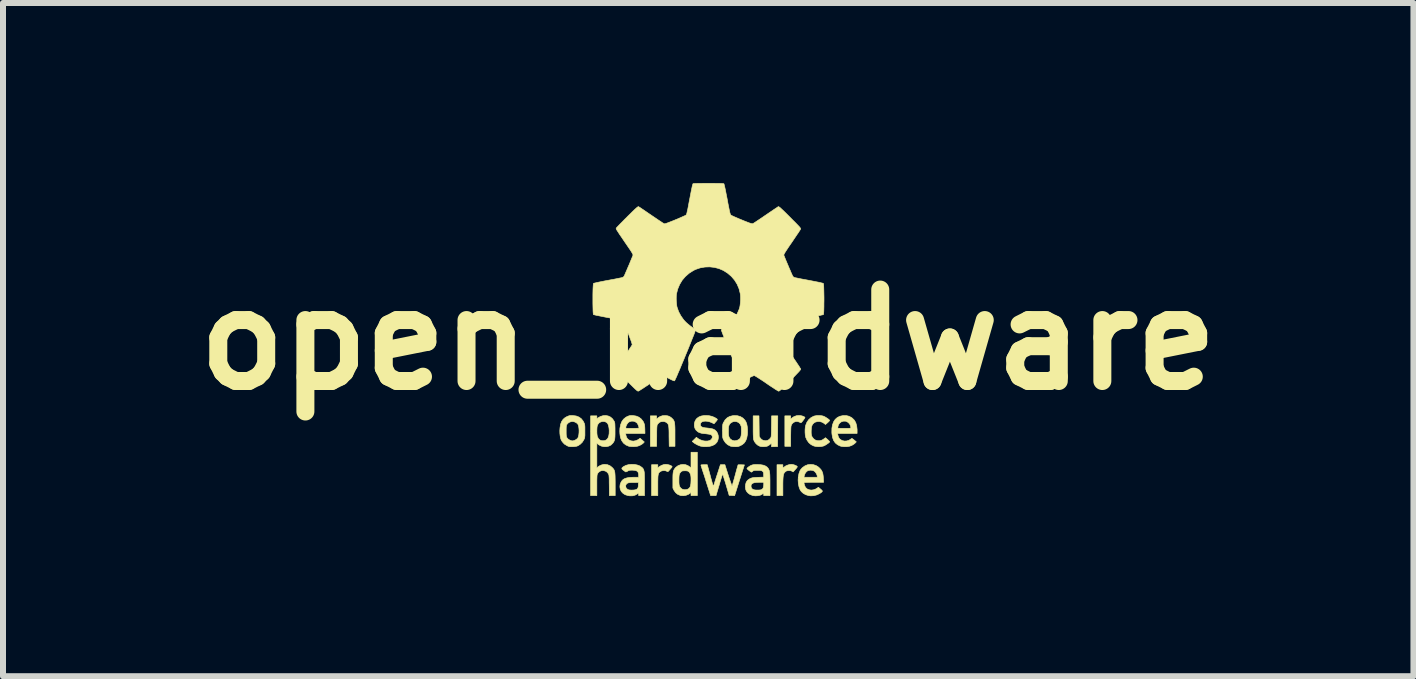
<source format=kicad_pcb>
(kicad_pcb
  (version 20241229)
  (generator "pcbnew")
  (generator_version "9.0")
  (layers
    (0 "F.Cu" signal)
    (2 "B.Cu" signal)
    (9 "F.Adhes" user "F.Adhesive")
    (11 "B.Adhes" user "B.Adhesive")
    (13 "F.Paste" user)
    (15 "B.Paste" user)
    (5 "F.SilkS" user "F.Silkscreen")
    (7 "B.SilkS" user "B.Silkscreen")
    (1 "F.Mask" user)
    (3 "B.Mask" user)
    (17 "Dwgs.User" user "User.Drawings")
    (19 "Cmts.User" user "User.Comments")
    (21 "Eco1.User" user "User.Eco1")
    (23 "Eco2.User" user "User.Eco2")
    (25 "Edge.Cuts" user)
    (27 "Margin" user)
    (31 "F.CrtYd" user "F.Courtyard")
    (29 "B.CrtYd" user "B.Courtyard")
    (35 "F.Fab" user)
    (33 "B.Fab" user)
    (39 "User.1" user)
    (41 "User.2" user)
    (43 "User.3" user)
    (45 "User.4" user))
  (footprint "open_hardware"
    (layer "F.Cu")
    (at 8.752 2.61)
    (property "Reference" "open_hardware" (at 0 0 0) (layer "F.SilkS") (effects (font (size 1.524 1.524) (thickness 0.3))))
    (attr through_hole)
    (fp_poly (pts (xy 1.541 1.266) (xy 1.57 1.273) (xy 1.594 1.282) (xy 1.61 1.293) (xy 1.612 1.296) (xy 1.61 1.303) (xy 1.602 1.317) (xy 1.589 1.335) (xy 1.575 1.354) (xy 1.562 1.37) (xy 1.55 1.382) (xy 1.544 1.385) (xy 1.544 1.385) (xy 1.536 1.382) (xy 1.521 1.375) (xy 1.515 1.372) (xy 1.482 1.363) (xy 1.45 1.367) (xy 1.421 1.38) (xy 1.397 1.403) (xy 1.382 1.434) (xy 1.381 1.436) (xy 1.379 1.452) (xy 1.377 1.478) (xy 1.376 1.514) (xy 1.375 1.559) (xy 1.374 1.61) (xy 1.374 1.62) (xy 1.374 1.778) (xy 1.277 1.778) (xy 1.277 1.27) (xy 1.374 1.27) (xy 1.374 1.323) (xy 1.395 1.305) (xy 1.432 1.281) (xy 1.473 1.267) (xy 1.511 1.264) (xy 1.541 1.266)) (stroke (width 0.01) (type solid)) (fill yes) (layer "F.SilkS"))
    (fp_poly (pts (xy -0.679 2.081) (xy -0.649 2.088) (xy -0.622 2.099) (xy -0.61 2.107) (xy -0.605 2.111) (xy -0.602 2.115) (xy -0.604 2.122) (xy -0.611 2.132) (xy -0.623 2.147) (xy -0.643 2.17) (xy -0.653 2.181) (xy -0.665 2.195) (xy -0.674 2.199) (xy -0.682 2.197) (xy -0.69 2.193) (xy -0.717 2.183) (xy -0.748 2.182) (xy -0.778 2.188) (xy -0.795 2.197) (xy -0.808 2.206) (xy -0.818 2.215) (xy -0.826 2.226) (xy -0.831 2.241) (xy -0.835 2.261) (xy -0.838 2.287) (xy -0.839 2.322) (xy -0.84 2.366) (xy -0.84 2.422) (xy -0.84 2.428) (xy -0.84 2.599) (xy -0.944 2.599) (xy -0.944 2.084) (xy -0.84 2.084) (xy -0.84 2.137) (xy -0.816 2.117) (xy -0.779 2.095) (xy -0.738 2.081) (xy -0.707 2.078) (xy -0.679 2.081)) (stroke (width 0.01) (type solid)) (fill yes) (layer "F.SilkS"))
    (fp_poly (pts (xy 1.407 2.08) (xy 1.43 2.086) (xy 1.453 2.095) (xy 1.472 2.104) (xy 1.483 2.114) (xy 1.485 2.118) (xy 1.481 2.127) (xy 1.47 2.142) (xy 1.454 2.16) (xy 1.45 2.165) (xy 1.415 2.204) (xy 1.398 2.193) (xy 1.377 2.185) (xy 1.35 2.182) (xy 1.323 2.184) (xy 1.3 2.19) (xy 1.296 2.193) (xy 1.282 2.204) (xy 1.27 2.216) (xy 1.261 2.231) (xy 1.255 2.25) (xy 1.25 2.275) (xy 1.247 2.306) (xy 1.245 2.347) (xy 1.244 2.398) (xy 1.244 2.446) (xy 1.244 2.599) (xy 1.146 2.599) (xy 1.146 2.084) (xy 1.244 2.084) (xy 1.244 2.11) (xy 1.245 2.129) (xy 1.25 2.135) (xy 1.26 2.13) (xy 1.27 2.12) (xy 1.29 2.105) (xy 1.319 2.092) (xy 1.351 2.082) (xy 1.382 2.078) (xy 1.386 2.078) (xy 1.407 2.08)) (stroke (width 0.01) (type solid)) (fill yes) (layer "F.SilkS"))
    (fp_poly (pts (xy 0.848 1.441) (xy 0.85 1.613) (xy 0.867 1.639) (xy 0.889 1.664) (xy 0.915 1.677) (xy 0.951 1.685) (xy 0.985 1.681) (xy 1.015 1.664) (xy 1.038 1.639) (xy 1.042 1.633) (xy 1.046 1.626) (xy 1.048 1.616) (xy 1.05 1.601) (xy 1.051 1.581) (xy 1.052 1.554) (xy 1.053 1.517) (xy 1.053 1.47) (xy 1.054 1.445) (xy 1.056 1.27) (xy 1.159 1.27) (xy 1.156 1.781) (xy 1.106 1.783) (xy 1.055 1.785) (xy 1.055 1.725) (xy 1.029 1.747) (xy 1.008 1.762) (xy 0.986 1.774) (xy 0.978 1.777) (xy 0.95 1.782) (xy 0.917 1.784) (xy 0.885 1.782) (xy 0.864 1.778) (xy 0.829 1.761) (xy 0.797 1.734) (xy 0.771 1.7) (xy 0.757 1.668) (xy 0.754 1.653) (xy 0.752 1.626) (xy 0.75 1.587) (xy 0.749 1.535) (xy 0.749 1.47) (xy 0.749 1.458) (xy 0.749 1.27) (xy 0.846 1.27) (xy 0.848 1.441)) (stroke (width 0.01) (type solid)) (fill yes) (layer "F.SilkS"))
    (fp_poly (pts (xy -0.711 1.265) (xy -0.673 1.27) (xy -0.642 1.282) (xy -0.613 1.302) (xy -0.6 1.315) (xy -0.587 1.328) (xy -0.577 1.341) (xy -0.57 1.356) (xy -0.564 1.373) (xy -0.56 1.395) (xy -0.557 1.424) (xy -0.555 1.46) (xy -0.554 1.505) (xy -0.554 1.561) (xy -0.554 1.59) (xy -0.554 1.778) (xy -0.65 1.778) (xy -0.653 1.607) (xy -0.653 1.551) (xy -0.654 1.507) (xy -0.656 1.472) (xy -0.659 1.445) (xy -0.662 1.426) (xy -0.668 1.411) (xy -0.675 1.4) (xy -0.684 1.39) (xy -0.696 1.381) (xy -0.698 1.38) (xy -0.717 1.37) (xy -0.738 1.365) (xy -0.757 1.365) (xy -0.789 1.368) (xy -0.814 1.379) (xy -0.836 1.401) (xy -0.843 1.409) (xy -0.847 1.415) (xy -0.85 1.422) (xy -0.853 1.432) (xy -0.854 1.447) (xy -0.856 1.467) (xy -0.857 1.494) (xy -0.858 1.531) (xy -0.858 1.579) (xy -0.858 1.603) (xy -0.86 1.778) (xy -0.964 1.778) (xy -0.964 1.27) (xy -0.86 1.27) (xy -0.86 1.323) (xy -0.838 1.304) (xy -0.801 1.28) (xy -0.76 1.267) (xy -0.713 1.265) (xy -0.711 1.265)) (stroke (width 0.01) (type solid)) (fill yes) (layer "F.SilkS"))
    (fp_poly (pts (xy 1.898 1.269) (xy 1.923 1.276) (xy 1.944 1.286) (xy 1.967 1.3) (xy 1.99 1.315) (xy 2.009 1.329) (xy 2.021 1.341) (xy 2.023 1.345) (xy 2.02 1.352) (xy 2.009 1.365) (xy 1.992 1.381) (xy 1.99 1.383) (xy 1.954 1.414) (xy 1.929 1.394) (xy 1.896 1.375) (xy 1.859 1.365) (xy 1.821 1.365) (xy 1.785 1.374) (xy 1.762 1.388) (xy 1.742 1.408) (xy 1.729 1.431) (xy 1.72 1.462) (xy 1.717 1.501) (xy 1.716 1.524) (xy 1.716 1.556) (xy 1.718 1.579) (xy 1.721 1.595) (xy 1.726 1.609) (xy 1.732 1.621) (xy 1.757 1.653) (xy 1.787 1.674) (xy 1.823 1.684) (xy 1.86 1.684) (xy 1.898 1.673) (xy 1.929 1.653) (xy 1.954 1.634) (xy 1.99 1.665) (xy 2.007 1.681) (xy 2.019 1.694) (xy 2.024 1.702) (xy 2.023 1.703) (xy 2.016 1.713) (xy 2 1.726) (xy 1.978 1.741) (xy 1.955 1.756) (xy 1.932 1.768) (xy 1.923 1.772) (xy 1.883 1.781) (xy 1.838 1.784) (xy 1.793 1.78) (xy 1.76 1.772) (xy 1.715 1.75) (xy 1.677 1.718) (xy 1.647 1.676) (xy 1.625 1.628) (xy 1.624 1.622) (xy 1.617 1.587) (xy 1.614 1.545) (xy 1.614 1.5) (xy 1.618 1.457) (xy 1.625 1.425) (xy 1.645 1.376) (xy 1.674 1.334) (xy 1.711 1.301) (xy 1.753 1.278) (xy 1.766 1.273) (xy 1.809 1.265) (xy 1.855 1.264) (xy 1.898 1.269)) (stroke (width 0.01) (type solid)) (fill yes) (layer "F.SilkS"))
    (fp_poly (pts (xy -0.182 2.599) (xy -0.287 2.599) (xy -0.287 2.544) (xy -0.301 2.558) (xy -0.332 2.579) (xy -0.371 2.594) (xy -0.412 2.601) (xy -0.452 2.599) (xy -0.465 2.596) (xy -0.508 2.578) (xy -0.542 2.551) (xy -0.569 2.513) (xy -0.57 2.511) (xy -0.589 2.473) (xy -0.589 2.348) (xy -0.589 2.345) (xy -0.488 2.345) (xy -0.488 2.381) (xy -0.486 2.407) (xy -0.483 2.427) (xy -0.477 2.443) (xy -0.476 2.447) (xy -0.457 2.475) (xy -0.43 2.493) (xy -0.395 2.501) (xy -0.388 2.501) (xy -0.353 2.496) (xy -0.333 2.488) (xy -0.315 2.473) (xy -0.302 2.455) (xy -0.294 2.429) (xy -0.289 2.395) (xy -0.287 2.351) (xy -0.287 2.341) (xy -0.287 2.304) (xy -0.289 2.277) (xy -0.292 2.258) (xy -0.297 2.242) (xy -0.299 2.237) (xy -0.312 2.212) (xy -0.327 2.197) (xy -0.347 2.188) (xy -0.375 2.185) (xy -0.388 2.185) (xy -0.413 2.186) (xy -0.43 2.188) (xy -0.442 2.193) (xy -0.453 2.202) (xy -0.456 2.204) (xy -0.468 2.219) (xy -0.478 2.236) (xy -0.484 2.258) (xy -0.487 2.287) (xy -0.488 2.326) (xy -0.488 2.345) (xy -0.589 2.345) (xy -0.589 2.295) (xy -0.588 2.253) (xy -0.585 2.22) (xy -0.58 2.194) (xy -0.573 2.173) (xy -0.563 2.156) (xy -0.55 2.139) (xy -0.54 2.128) (xy -0.504 2.101) (xy -0.463 2.085) (xy -0.42 2.079) (xy -0.376 2.084) (xy -0.335 2.101) (xy -0.301 2.125) (xy -0.287 2.138) (xy -0.287 1.876) (xy -0.182 1.876) (xy -0.182 2.599)) (stroke (width 0.01) (type solid)) (fill yes) (layer "F.SilkS"))
    (fp_poly (pts (xy 1.751 2.083) (xy 1.797 2.098) (xy 1.838 2.124) (xy 1.862 2.147) (xy 1.884 2.173) (xy 1.899 2.201) (xy 1.91 2.233) (xy 1.916 2.272) (xy 1.919 2.31) (xy 1.923 2.377) (xy 1.759 2.377) (xy 1.707 2.377) (xy 1.666 2.378) (xy 1.635 2.379) (xy 1.614 2.38) (xy 1.602 2.382) (xy 1.596 2.384) (xy 1.596 2.385) (xy 1.599 2.405) (xy 1.606 2.429) (xy 1.616 2.452) (xy 1.623 2.464) (xy 1.647 2.487) (xy 1.678 2.501) (xy 1.714 2.507) (xy 1.752 2.503) (xy 1.789 2.49) (xy 1.812 2.477) (xy 1.836 2.46) (xy 1.873 2.491) (xy 1.891 2.507) (xy 1.901 2.519) (xy 1.901 2.529) (xy 1.892 2.54) (xy 1.873 2.554) (xy 1.859 2.563) (xy 1.813 2.586) (xy 1.761 2.6) (xy 1.707 2.603) (xy 1.671 2.598) (xy 1.625 2.584) (xy 1.584 2.561) (xy 1.551 2.531) (xy 1.531 2.501) (xy 1.513 2.454) (xy 1.502 2.4) (xy 1.498 2.342) (xy 1.501 2.293) (xy 1.596 2.293) (xy 1.817 2.293) (xy 1.817 2.278) (xy 1.813 2.256) (xy 1.801 2.231) (xy 1.785 2.208) (xy 1.767 2.191) (xy 1.766 2.19) (xy 1.738 2.179) (xy 1.705 2.175) (xy 1.673 2.18) (xy 1.654 2.187) (xy 1.633 2.205) (xy 1.614 2.231) (xy 1.602 2.262) (xy 1.6 2.271) (xy 1.596 2.293) (xy 1.501 2.293) (xy 1.502 2.284) (xy 1.512 2.23) (xy 1.53 2.183) (xy 1.53 2.182) (xy 1.542 2.164) (xy 1.559 2.144) (xy 1.571 2.132) (xy 1.612 2.103) (xy 1.656 2.085) (xy 1.704 2.079) (xy 1.751 2.083)) (stroke (width 0.01) (type solid)) (fill yes) (layer "F.SilkS"))
    (fp_poly (pts (xy 0.488 1.268) (xy 0.536 1.282) (xy 0.577 1.306) (xy 0.611 1.341) (xy 0.627 1.366) (xy 0.641 1.401) (xy 0.65 1.445) (xy 0.655 1.496) (xy 0.655 1.55) (xy 0.652 1.586) (xy 0.642 1.641) (xy 0.625 1.685) (xy 0.601 1.721) (xy 0.568 1.749) (xy 0.537 1.766) (xy 0.514 1.776) (xy 0.493 1.782) (xy 0.47 1.784) (xy 0.446 1.784) (xy 0.417 1.783) (xy 0.39 1.779) (xy 0.371 1.775) (xy 0.369 1.774) (xy 0.324 1.751) (xy 0.287 1.718) (xy 0.258 1.674) (xy 0.252 1.663) (xy 0.247 1.65) (xy 0.243 1.637) (xy 0.24 1.621) (xy 0.239 1.6) (xy 0.238 1.572) (xy 0.238 1.534) (xy 0.238 1.524) (xy 0.238 1.521) (xy 0.336 1.521) (xy 0.337 1.564) (xy 0.34 1.597) (xy 0.347 1.622) (xy 0.358 1.642) (xy 0.37 1.657) (xy 0.4 1.677) (xy 0.434 1.686) (xy 0.47 1.682) (xy 0.495 1.672) (xy 0.517 1.659) (xy 0.532 1.643) (xy 0.542 1.623) (xy 0.549 1.595) (xy 0.552 1.557) (xy 0.553 1.54) (xy 0.553 1.507) (xy 0.552 1.476) (xy 0.55 1.451) (xy 0.548 1.441) (xy 0.533 1.409) (xy 0.51 1.384) (xy 0.48 1.369) (xy 0.447 1.363) (xy 0.413 1.368) (xy 0.383 1.383) (xy 0.364 1.399) (xy 0.35 1.419) (xy 0.341 1.445) (xy 0.337 1.479) (xy 0.336 1.521) (xy 0.238 1.521) (xy 0.238 1.484) (xy 0.238 1.454) (xy 0.24 1.432) (xy 0.242 1.416) (xy 0.245 1.403) (xy 0.251 1.39) (xy 0.255 1.381) (xy 0.282 1.336) (xy 0.317 1.302) (xy 0.359 1.279) (xy 0.409 1.267) (xy 0.433 1.265) (xy 0.488 1.268)) (stroke (width 0.01) (type solid)) (fill yes) (layer "F.SilkS"))
    (fp_poly (pts (xy 2.304 1.266) (xy 2.348 1.277) (xy 2.387 1.298) (xy 2.402 1.309) (xy 2.435 1.342) (xy 2.459 1.384) (xy 2.474 1.436) (xy 2.481 1.496) (xy 2.481 1.519) (xy 2.481 1.563) (xy 2.157 1.563) (xy 2.16 1.587) (xy 2.17 1.623) (xy 2.189 1.652) (xy 2.201 1.663) (xy 2.233 1.682) (xy 2.27 1.69) (xy 2.308 1.688) (xy 2.345 1.677) (xy 2.378 1.656) (xy 2.381 1.654) (xy 2.388 1.648) (xy 2.395 1.646) (xy 2.404 1.651) (xy 2.418 1.662) (xy 2.431 1.672) (xy 2.468 1.703) (xy 2.447 1.725) (xy 2.429 1.74) (xy 2.405 1.755) (xy 2.391 1.763) (xy 2.355 1.776) (xy 2.313 1.783) (xy 2.268 1.784) (xy 2.226 1.78) (xy 2.197 1.772) (xy 2.153 1.75) (xy 2.117 1.72) (xy 2.09 1.68) (xy 2.072 1.632) (xy 2.062 1.573) (xy 2.06 1.547) (xy 2.061 1.479) (xy 2.062 1.471) (xy 2.158 1.471) (xy 2.161 1.474) (xy 2.169 1.476) (xy 2.184 1.477) (xy 2.207 1.478) (xy 2.24 1.478) (xy 2.266 1.478) (xy 2.307 1.478) (xy 2.336 1.478) (xy 2.356 1.477) (xy 2.368 1.475) (xy 2.375 1.473) (xy 2.377 1.469) (xy 2.377 1.467) (xy 2.371 1.433) (xy 2.355 1.403) (xy 2.33 1.378) (xy 2.3 1.362) (xy 2.284 1.358) (xy 2.249 1.359) (xy 2.217 1.37) (xy 2.19 1.391) (xy 2.171 1.418) (xy 2.165 1.436) (xy 2.161 1.454) (xy 2.158 1.467) (xy 2.158 1.471) (xy 2.062 1.471) (xy 2.071 1.42) (xy 2.089 1.37) (xy 2.116 1.329) (xy 2.151 1.298) (xy 2.193 1.277) (xy 2.243 1.266) (xy 2.254 1.265) (xy 2.304 1.266)) (stroke (width 0.01) (type solid)) (fill yes) (layer "F.SilkS"))
    (fp_poly (pts (xy -1.26 1.265) (xy -1.254 1.265) (xy -1.201 1.273) (xy -1.155 1.292) (xy -1.117 1.321) (xy -1.086 1.36) (xy -1.075 1.381) (xy -1.068 1.399) (xy -1.062 1.417) (xy -1.059 1.438) (xy -1.057 1.465) (xy -1.056 1.49) (xy -1.054 1.563) (xy -1.376 1.563) (xy -1.372 1.59) (xy -1.362 1.626) (xy -1.344 1.653) (xy -1.324 1.67) (xy -1.287 1.686) (xy -1.248 1.691) (xy -1.208 1.684) (xy -1.169 1.667) (xy -1.16 1.661) (xy -1.135 1.643) (xy -1.1 1.674) (xy -1.065 1.705) (xy -1.083 1.725) (xy -1.099 1.738) (xy -1.122 1.752) (xy -1.142 1.763) (xy -1.166 1.772) (xy -1.188 1.778) (xy -1.214 1.781) (xy -1.241 1.783) (xy -1.279 1.782) (xy -1.311 1.779) (xy -1.327 1.775) (xy -1.374 1.754) (xy -1.413 1.723) (xy -1.442 1.682) (xy -1.46 1.638) (xy -1.467 1.606) (xy -1.472 1.566) (xy -1.474 1.524) (xy -1.472 1.485) (xy -1.472 1.477) (xy -1.469 1.464) (xy -1.374 1.464) (xy -1.374 1.469) (xy -1.372 1.473) (xy -1.366 1.476) (xy -1.355 1.477) (xy -1.336 1.478) (xy -1.308 1.478) (xy -1.269 1.478) (xy -1.263 1.478) (xy -1.227 1.478) (xy -1.196 1.477) (xy -1.172 1.476) (xy -1.157 1.474) (xy -1.153 1.473) (xy -1.156 1.456) (xy -1.163 1.433) (xy -1.173 1.411) (xy -1.183 1.394) (xy -1.187 1.389) (xy -1.217 1.368) (xy -1.25 1.358) (xy -1.284 1.359) (xy -1.315 1.37) (xy -1.33 1.379) (xy -1.347 1.399) (xy -1.362 1.424) (xy -1.372 1.45) (xy -1.374 1.464) (xy -1.469 1.464) (xy -1.46 1.417) (xy -1.44 1.366) (xy -1.412 1.326) (xy -1.375 1.295) (xy -1.348 1.28) (xy -1.325 1.271) (xy -1.307 1.266) (xy -1.287 1.264) (xy -1.26 1.265)) (stroke (width 0.01) (type solid)) (fill yes) (layer "F.SilkS"))
    (fp_poly (pts (xy 0.013 1.267) (xy 0.061 1.278) (xy 0.104 1.295) (xy 0.139 1.316) (xy 0.145 1.32) (xy 0.15 1.327) (xy 0.152 1.333) (xy 0.147 1.342) (xy 0.136 1.357) (xy 0.118 1.377) (xy 0.097 1.402) (xy 0.063 1.385) (xy 0.026 1.37) (xy -0.011 1.361) (xy -0.046 1.358) (xy -0.078 1.361) (xy -0.104 1.37) (xy -0.121 1.384) (xy -0.127 1.396) (xy -0.131 1.42) (xy -0.126 1.438) (xy -0.112 1.452) (xy -0.089 1.462) (xy -0.054 1.469) (xy -0.022 1.472) (xy 0.011 1.476) (xy 0.042 1.481) (xy 0.068 1.486) (xy 0.079 1.489) (xy 0.113 1.506) (xy 0.139 1.532) (xy 0.157 1.564) (xy 0.167 1.599) (xy 0.169 1.637) (xy 0.162 1.674) (xy 0.146 1.708) (xy 0.121 1.736) (xy 0.105 1.748) (xy 0.066 1.767) (xy 0.019 1.779) (xy -0.032 1.784) (xy -0.083 1.783) (xy -0.131 1.774) (xy -0.137 1.772) (xy -0.181 1.754) (xy -0.224 1.73) (xy -0.249 1.711) (xy -0.267 1.696) (xy -0.231 1.661) (xy -0.196 1.626) (xy -0.181 1.64) (xy -0.167 1.65) (xy -0.146 1.662) (xy -0.127 1.671) (xy -0.091 1.684) (xy -0.052 1.69) (xy -0.014 1.69) (xy 0.019 1.683) (xy 0.033 1.677) (xy 0.054 1.659) (xy 0.066 1.638) (xy 0.069 1.616) (xy 0.061 1.596) (xy 0.049 1.585) (xy 0.037 1.581) (xy 0.015 1.576) (xy -0.014 1.572) (xy -0.036 1.569) (xy -0.079 1.565) (xy -0.111 1.56) (xy -0.135 1.553) (xy -0.156 1.545) (xy -0.174 1.534) (xy -0.176 1.533) (xy -0.204 1.507) (xy -0.223 1.474) (xy -0.232 1.437) (xy -0.231 1.399) (xy -0.221 1.361) (xy -0.202 1.327) (xy -0.186 1.31) (xy -0.155 1.288) (xy -0.118 1.273) (xy -0.072 1.265) (xy -0.036 1.264) (xy 0.013 1.267)) (stroke (width 0.01) (type solid)) (fill yes) (layer "F.SilkS"))
    (fp_poly (pts (xy -1.227 2.08) (xy -1.181 2.089) (xy -1.139 2.105) (xy -1.106 2.128) (xy -1.099 2.134) (xy -1.089 2.145) (xy -1.081 2.157) (xy -1.075 2.171) (xy -1.07 2.188) (xy -1.066 2.21) (xy -1.064 2.239) (xy -1.063 2.275) (xy -1.062 2.321) (xy -1.062 2.378) (xy -1.062 2.404) (xy -1.062 2.599) (xy -1.159 2.599) (xy -1.159 2.552) (xy -1.184 2.572) (xy -1.218 2.591) (xy -1.259 2.602) (xy -1.306 2.603) (xy -1.339 2.598) (xy -1.384 2.584) (xy -1.42 2.561) (xy -1.448 2.531) (xy -1.465 2.495) (xy -1.472 2.455) (xy -1.47 2.43) (xy -1.375 2.43) (xy -1.375 2.453) (xy -1.366 2.474) (xy -1.348 2.492) (xy -1.325 2.503) (xy -1.304 2.506) (xy -1.276 2.507) (xy -1.246 2.506) (xy -1.22 2.503) (xy -1.202 2.498) (xy -1.184 2.488) (xy -1.172 2.472) (xy -1.166 2.45) (xy -1.164 2.421) (xy -1.163 2.38) (xy -1.244 2.381) (xy -1.282 2.381) (xy -1.309 2.383) (xy -1.328 2.386) (xy -1.342 2.39) (xy -1.346 2.392) (xy -1.365 2.408) (xy -1.375 2.43) (xy -1.47 2.43) (xy -1.468 2.414) (xy -1.454 2.377) (xy -1.437 2.35) (xy -1.416 2.329) (xy -1.388 2.314) (xy -1.353 2.303) (xy -1.309 2.296) (xy -1.254 2.293) (xy -1.226 2.293) (xy -1.159 2.293) (xy -1.159 2.264) (xy -1.162 2.231) (xy -1.171 2.206) (xy -1.188 2.19) (xy -1.214 2.18) (xy -1.251 2.176) (xy -1.268 2.175) (xy -1.296 2.176) (xy -1.316 2.178) (xy -1.33 2.183) (xy -1.344 2.192) (xy -1.362 2.201) (xy -1.374 2.204) (xy -1.377 2.203) (xy -1.386 2.197) (xy -1.402 2.185) (xy -1.415 2.176) (xy -1.433 2.161) (xy -1.44 2.148) (xy -1.436 2.136) (xy -1.42 2.122) (xy -1.407 2.113) (xy -1.369 2.094) (xy -1.324 2.082) (xy -1.276 2.078) (xy -1.227 2.08)) (stroke (width 0.01) (type solid)) (fill yes) (layer "F.SilkS"))
    (fp_poly (pts (xy -2.265 1.264) (xy -2.254 1.265) (xy -2.2 1.272) (xy -2.154 1.29) (xy -2.116 1.317) (xy -2.085 1.356) (xy -2.072 1.381) (xy -2.065 1.395) (xy -2.061 1.408) (xy -2.058 1.422) (xy -2.056 1.44) (xy -2.055 1.465) (xy -2.055 1.498) (xy -2.055 1.524) (xy -2.055 1.564) (xy -2.055 1.594) (xy -2.057 1.616) (xy -2.059 1.632) (xy -2.062 1.645) (xy -2.068 1.658) (xy -2.072 1.667) (xy -2.098 1.709) (xy -2.134 1.744) (xy -2.169 1.767) (xy -2.189 1.775) (xy -2.214 1.78) (xy -2.245 1.783) (xy -2.257 1.783) (xy -2.286 1.784) (xy -2.307 1.783) (xy -2.325 1.779) (xy -2.343 1.772) (xy -2.354 1.766) (xy -2.398 1.739) (xy -2.432 1.701) (xy -2.449 1.674) (xy -2.459 1.645) (xy -2.467 1.607) (xy -2.472 1.563) (xy -2.473 1.524) (xy -2.367 1.524) (xy -2.367 1.561) (xy -2.366 1.587) (xy -2.364 1.606) (xy -2.361 1.62) (xy -2.356 1.631) (xy -2.354 1.635) (xy -2.337 1.655) (xy -2.311 1.672) (xy -2.283 1.684) (xy -2.263 1.687) (xy -2.245 1.684) (xy -2.223 1.676) (xy -2.214 1.672) (xy -2.195 1.66) (xy -2.178 1.646) (xy -2.174 1.641) (xy -2.164 1.619) (xy -2.157 1.588) (xy -2.153 1.551) (xy -2.152 1.512) (xy -2.155 1.474) (xy -2.16 1.44) (xy -2.169 1.415) (xy -2.174 1.407) (xy -2.195 1.387) (xy -2.224 1.372) (xy -2.254 1.364) (xy -2.275 1.364) (xy -2.311 1.375) (xy -2.339 1.394) (xy -2.356 1.415) (xy -2.361 1.426) (xy -2.364 1.44) (xy -2.366 1.46) (xy -2.367 1.488) (xy -2.367 1.524) (xy -2.473 1.524) (xy -2.473 1.516) (xy -2.47 1.47) (xy -2.469 1.462) (xy -2.459 1.407) (xy -2.442 1.363) (xy -2.418 1.328) (xy -2.386 1.3) (xy -2.352 1.281) (xy -2.329 1.272) (xy -2.311 1.266) (xy -2.291 1.264) (xy -2.265 1.264)) (stroke (width 0.01) (type solid)) (fill yes) (layer "F.SilkS"))
    (fp_poly (pts (xy 0.033 2.263) (xy 0.045 2.309) (xy 0.057 2.351) (xy 0.067 2.387) (xy 0.076 2.415) (xy 0.082 2.434) (xy 0.085 2.442) (xy 0.085 2.442) (xy 0.09 2.437) (xy 0.094 2.424) (xy 0.097 2.413) (xy 0.104 2.392) (xy 0.113 2.362) (xy 0.125 2.325) (xy 0.138 2.283) (xy 0.151 2.245) (xy 0.203 2.084) (xy 0.278 2.084) (xy 0.335 2.263) (xy 0.35 2.309) (xy 0.364 2.35) (xy 0.376 2.384) (xy 0.386 2.412) (xy 0.393 2.43) (xy 0.397 2.437) (xy 0.398 2.438) (xy 0.4 2.43) (xy 0.406 2.412) (xy 0.414 2.384) (xy 0.424 2.349) (xy 0.436 2.308) (xy 0.448 2.263) (xy 0.449 2.26) (xy 0.461 2.215) (xy 0.472 2.174) (xy 0.482 2.139) (xy 0.49 2.112) (xy 0.495 2.093) (xy 0.498 2.086) (xy 0.498 2.086) (xy 0.505 2.085) (xy 0.522 2.085) (xy 0.545 2.085) (xy 0.551 2.085) (xy 0.603 2.087) (xy 0.521 2.343) (xy 0.44 2.599) (xy 0.394 2.597) (xy 0.349 2.595) (xy 0.297 2.418) (xy 0.283 2.372) (xy 0.27 2.331) (xy 0.259 2.296) (xy 0.251 2.268) (xy 0.244 2.249) (xy 0.241 2.241) (xy 0.241 2.24) (xy 0.238 2.246) (xy 0.232 2.263) (xy 0.223 2.289) (xy 0.213 2.321) (xy 0.201 2.359) (xy 0.196 2.376) (xy 0.184 2.419) (xy 0.171 2.46) (xy 0.16 2.498) (xy 0.15 2.53) (xy 0.144 2.551) (xy 0.143 2.555) (xy 0.13 2.599) (xy 0.04 2.599) (xy 0.033 2.577) (xy 0.027 2.557) (xy 0.018 2.528) (xy 0.006 2.492) (xy -0.007 2.45) (xy -0.022 2.404) (xy -0.037 2.357) (xy -0.052 2.308) (xy -0.067 2.261) (xy -0.082 2.217) (xy -0.095 2.177) (xy -0.106 2.143) (xy -0.114 2.116) (xy -0.12 2.099) (xy -0.121 2.094) (xy -0.121 2.089) (xy -0.115 2.086) (xy -0.1 2.085) (xy -0.074 2.084) (xy -0.071 2.084) (xy -0.016 2.084) (xy 0.033 2.263)) (stroke (width 0.01) (type solid)) (fill yes) (layer "F.SilkS"))
    (fp_poly (pts (xy 0.874 2.084) (xy 0.917 2.091) (xy 0.951 2.104) (xy 0.979 2.122) (xy 0.989 2.133) (xy 1 2.146) (xy 1.008 2.16) (xy 1.015 2.176) (xy 1.02 2.196) (xy 1.024 2.221) (xy 1.027 2.253) (xy 1.028 2.293) (xy 1.029 2.343) (xy 1.029 2.404) (xy 1.029 2.411) (xy 1.029 2.599) (xy 0.925 2.599) (xy 0.925 2.574) (xy 0.924 2.559) (xy 0.922 2.554) (xy 0.916 2.56) (xy 0.913 2.564) (xy 0.892 2.581) (xy 0.861 2.594) (xy 0.824 2.601) (xy 0.784 2.603) (xy 0.744 2.598) (xy 0.738 2.596) (xy 0.696 2.58) (xy 0.662 2.555) (xy 0.642 2.532) (xy 0.631 2.513) (xy 0.624 2.493) (xy 0.62 2.465) (xy 0.62 2.462) (xy 0.621 2.442) (xy 0.713 2.442) (xy 0.719 2.469) (xy 0.735 2.489) (xy 0.758 2.5) (xy 0.781 2.505) (xy 0.811 2.506) (xy 0.842 2.506) (xy 0.869 2.504) (xy 0.885 2.5) (xy 0.905 2.487) (xy 0.918 2.466) (xy 0.924 2.433) (xy 0.925 2.417) (xy 0.925 2.377) (xy 0.859 2.377) (xy 0.81 2.379) (xy 0.772 2.383) (xy 0.744 2.392) (xy 0.726 2.405) (xy 0.716 2.422) (xy 0.713 2.442) (xy 0.621 2.442) (xy 0.622 2.415) (xy 0.633 2.376) (xy 0.654 2.345) (xy 0.687 2.321) (xy 0.705 2.312) (xy 0.721 2.306) (xy 0.739 2.301) (xy 0.761 2.298) (xy 0.791 2.296) (xy 0.831 2.294) (xy 0.832 2.294) (xy 0.925 2.291) (xy 0.923 2.248) (xy 0.922 2.224) (xy 0.918 2.21) (xy 0.912 2.2) (xy 0.903 2.192) (xy 0.893 2.186) (xy 0.88 2.182) (xy 0.863 2.179) (xy 0.837 2.179) (xy 0.821 2.179) (xy 0.79 2.179) (xy 0.77 2.18) (xy 0.757 2.183) (xy 0.747 2.188) (xy 0.741 2.193) (xy 0.729 2.203) (xy 0.721 2.208) (xy 0.721 2.208) (xy 0.713 2.204) (xy 0.699 2.195) (xy 0.682 2.182) (xy 0.665 2.169) (xy 0.652 2.157) (xy 0.645 2.15) (xy 0.645 2.15) (xy 0.65 2.14) (xy 0.664 2.127) (xy 0.683 2.113) (xy 0.704 2.1) (xy 0.713 2.096) (xy 0.73 2.089) (xy 0.746 2.085) (xy 0.766 2.082) (xy 0.792 2.081) (xy 0.821 2.081) (xy 0.874 2.084)) (stroke (width 0.01) (type solid)) (fill yes) (layer "F.SilkS"))
    (fp_poly (pts (xy -1.666 1.272) (xy -1.628 1.29) (xy -1.595 1.319) (xy -1.569 1.357) (xy -1.567 1.361) (xy -1.562 1.372) (xy -1.559 1.383) (xy -1.556 1.397) (xy -1.555 1.416) (xy -1.554 1.441) (xy -1.553 1.475) (xy -1.553 1.519) (xy -1.553 1.524) (xy -1.553 1.573) (xy -1.554 1.612) (xy -1.556 1.641) (xy -1.559 1.664) (xy -1.565 1.683) (xy -1.572 1.699) (xy -1.582 1.715) (xy -1.593 1.729) (xy -1.621 1.756) (xy -1.657 1.774) (xy -1.697 1.783) (xy -1.739 1.783) (xy -1.78 1.774) (xy -1.819 1.755) (xy -1.835 1.743) (xy -1.856 1.725) (xy -1.856 2.139) (xy -1.838 2.121) (xy -1.813 2.104) (xy -1.781 2.089) (xy -1.747 2.08) (xy -1.724 2.078) (xy -1.678 2.084) (xy -1.636 2.102) (xy -1.602 2.129) (xy -1.588 2.144) (xy -1.577 2.157) (xy -1.568 2.172) (xy -1.562 2.189) (xy -1.557 2.21) (xy -1.554 2.237) (xy -1.552 2.271) (xy -1.551 2.314) (xy -1.55 2.367) (xy -1.55 2.411) (xy -1.55 2.599) (xy -1.647 2.599) (xy -1.649 2.428) (xy -1.65 2.376) (xy -1.65 2.335) (xy -1.651 2.304) (xy -1.653 2.281) (xy -1.654 2.264) (xy -1.657 2.252) (xy -1.66 2.243) (xy -1.664 2.235) (xy -1.664 2.234) (xy -1.687 2.207) (xy -1.714 2.19) (xy -1.745 2.182) (xy -1.777 2.183) (xy -1.806 2.194) (xy -1.831 2.214) (xy -1.845 2.234) (xy -1.848 2.242) (xy -1.851 2.253) (xy -1.853 2.267) (xy -1.854 2.286) (xy -1.855 2.313) (xy -1.856 2.348) (xy -1.856 2.394) (xy -1.856 2.428) (xy -1.856 2.599) (xy -1.96 2.599) (xy -1.96 1.525) (xy -1.856 1.525) (xy -1.855 1.559) (xy -1.852 1.59) (xy -1.848 1.613) (xy -1.847 1.617) (xy -1.829 1.651) (xy -1.805 1.673) (xy -1.774 1.684) (xy -1.737 1.684) (xy -1.718 1.68) (xy -1.692 1.666) (xy -1.672 1.642) (xy -1.658 1.607) (xy -1.651 1.563) (xy -1.65 1.511) (xy -1.654 1.47) (xy -1.662 1.43) (xy -1.674 1.401) (xy -1.692 1.381) (xy -1.716 1.369) (xy -1.72 1.367) (xy -1.757 1.363) (xy -1.791 1.371) (xy -1.819 1.388) (xy -1.84 1.414) (xy -1.849 1.436) (xy -1.853 1.459) (xy -1.855 1.49) (xy -1.856 1.525) (xy -1.96 1.525) (xy -1.96 1.27) (xy -1.856 1.27) (xy -1.856 1.294) (xy -1.856 1.309) (xy -1.853 1.313) (xy -1.845 1.309) (xy -1.841 1.306) (xy -1.798 1.281) (xy -1.753 1.267) (xy -1.708 1.264) (xy -1.666 1.272)) (stroke (width 0.01) (type solid)) (fill yes) (layer "F.SilkS"))
    (fp_poly (pts (xy 0.033 -2.605) (xy 0.082 -2.605) (xy 0.129 -2.604) (xy 0.171 -2.604) (xy 0.207 -2.603) (xy 0.235 -2.602) (xy 0.253 -2.6) (xy 0.26 -2.599) (xy 0.264 -2.591) (xy 0.269 -2.57) (xy 0.277 -2.537) (xy 0.287 -2.491) (xy 0.298 -2.433) (xy 0.312 -2.363) (xy 0.316 -2.342) (xy 0.328 -2.275) (xy 0.339 -2.22) (xy 0.348 -2.175) (xy 0.355 -2.141) (xy 0.361 -2.115) (xy 0.367 -2.096) (xy 0.371 -2.084) (xy 0.375 -2.078) (xy 0.375 -2.078) (xy 0.384 -2.072) (xy 0.404 -2.062) (xy 0.432 -2.049) (xy 0.467 -2.034) (xy 0.508 -2.016) (xy 0.552 -1.998) (xy 0.557 -1.996) (xy 0.608 -1.975) (xy 0.649 -1.959) (xy 0.68 -1.947) (xy 0.704 -1.939) (xy 0.721 -1.934) (xy 0.732 -1.932) (xy 0.74 -1.932) (xy 0.742 -1.932) (xy 0.751 -1.937) (xy 0.77 -1.949) (xy 0.796 -1.966) (xy 0.829 -1.988) (xy 0.868 -2.014) (xy 0.911 -2.043) (xy 0.957 -2.075) (xy 0.958 -2.075) (xy 1.003 -2.106) (xy 1.046 -2.135) (xy 1.084 -2.161) (xy 1.117 -2.183) (xy 1.143 -2.2) (xy 1.16 -2.212) (xy 1.169 -2.217) (xy 1.169 -2.217) (xy 1.174 -2.216) (xy 1.181 -2.212) (xy 1.193 -2.204) (xy 1.209 -2.19) (xy 1.23 -2.17) (xy 1.258 -2.144) (xy 1.293 -2.11) (xy 1.335 -2.068) (xy 1.364 -2.039) (xy 1.409 -1.993) (xy 1.447 -1.956) (xy 1.476 -1.926) (xy 1.499 -1.902) (xy 1.516 -1.884) (xy 1.528 -1.87) (xy 1.535 -1.86) (xy 1.539 -1.853) (xy 1.54 -1.847) (xy 1.539 -1.843) (xy 1.538 -1.84) (xy 1.533 -1.831) (xy 1.521 -1.813) (xy 1.504 -1.786) (xy 1.481 -1.753) (xy 1.455 -1.714) (xy 1.426 -1.671) (xy 1.395 -1.625) (xy 1.394 -1.623) (xy 1.357 -1.57) (xy 1.328 -1.527) (xy 1.305 -1.492) (xy 1.287 -1.465) (xy 1.275 -1.444) (xy 1.266 -1.429) (xy 1.262 -1.418) (xy 1.26 -1.41) (xy 1.26 -1.407) (xy 1.264 -1.397) (xy 1.272 -1.378) (xy 1.283 -1.35) (xy 1.297 -1.316) (xy 1.313 -1.278) (xy 1.33 -1.238) (xy 1.347 -1.197) (xy 1.364 -1.159) (xy 1.379 -1.123) (xy 1.392 -1.094) (xy 1.402 -1.071) (xy 1.406 -1.063) (xy 1.42 -1.044) (xy 1.439 -1.035) (xy 1.451 -1.032) (xy 1.474 -1.028) (xy 1.506 -1.021) (xy 1.546 -1.013) (xy 1.593 -1.004) (xy 1.644 -0.995) (xy 1.686 -0.987) (xy 1.738 -0.977) (xy 1.787 -0.967) (xy 1.83 -0.959) (xy 1.867 -0.951) (xy 1.894 -0.944) (xy 1.912 -0.94) (xy 1.918 -0.937) (xy 1.921 -0.929) (xy 1.923 -0.909) (xy 1.925 -0.88) (xy 1.926 -0.843) (xy 1.927 -0.8) (xy 1.928 -0.753) (xy 1.929 -0.703) (xy 1.929 -0.652) (xy 1.928 -0.602) (xy 1.928 -0.555) (xy 1.927 -0.512) (xy 1.926 -0.475) (xy 1.924 -0.446) (xy 1.922 -0.426) (xy 1.92 -0.418) (xy 1.911 -0.415) (xy 1.892 -0.411) (xy 1.863 -0.404) (xy 1.825 -0.396) (xy 1.781 -0.387) (xy 1.731 -0.378) (xy 1.68 -0.368) (xy 1.626 -0.358) (xy 1.576 -0.348) (xy 1.532 -0.339) (xy 1.493 -0.331) (xy 1.464 -0.324) (xy 1.444 -0.319) (xy 1.435 -0.316) (xy 1.429 -0.307) (xy 1.419 -0.289) (xy 1.406 -0.261) (xy 1.391 -0.227) (xy 1.375 -0.188) (xy 1.357 -0.146) (xy 1.339 -0.103) (xy 1.323 -0.06) (xy 1.307 -0.02) (xy 1.294 0.017) (xy 1.283 0.047) (xy 1.276 0.07) (xy 1.273 0.084) (xy 1.274 0.085) (xy 1.278 0.094) (xy 1.289 0.111) (xy 1.306 0.137) (xy 1.327 0.169) (xy 1.353 0.207) (xy 1.381 0.249) (xy 1.408 0.288) (xy 1.439 0.333) (xy 1.467 0.374) (xy 1.492 0.412) (xy 1.513 0.443) (xy 1.528 0.468) (xy 1.539 0.484) (xy 1.542 0.491) (xy 1.54 0.496) (xy 1.533 0.507) (xy 1.52 0.523) (xy 1.499 0.546) (xy 1.471 0.575) (xy 1.436 0.612) (xy 1.392 0.657) (xy 1.367 0.681) (xy 1.321 0.728) (xy 1.283 0.765) (xy 1.252 0.795) (xy 1.228 0.818) (xy 1.209 0.835) (xy 1.195 0.847) (xy 1.185 0.854) (xy 1.178 0.858) (xy 1.172 0.858) (xy 1.163 0.854) (xy 1.145 0.843) (xy 1.118 0.827) (xy 1.086 0.805) (xy 1.047 0.78) (xy 1.005 0.752) (xy 0.969 0.727) (xy 0.912 0.688) (xy 0.863 0.656) (xy 0.824 0.631) (xy 0.795 0.613) (xy 0.775 0.602) (xy 0.766 0.599) (xy 0.755 0.602) (xy 0.735 0.61) (xy 0.708 0.623) (xy 0.677 0.638) (xy 0.664 0.646) (xy 0.626 0.665) (xy 0.599 0.678) (xy 0.58 0.685) (xy 0.57 0.687) (xy 0.568 0.686) (xy 0.564 0.679) (xy 0.555 0.661) (xy 0.542 0.633) (xy 0.526 0.597) (xy 0.508 0.554) (xy 0.487 0.504) (xy 0.464 0.45) (xy 0.439 0.392) (xy 0.414 0.331) (xy 0.388 0.269) (xy 0.363 0.207) (xy 0.338 0.146) (xy 0.314 0.087) (xy 0.292 0.032) (xy 0.271 -0.019) (xy 0.254 -0.064) (xy 0.239 -0.102) (xy 0.228 -0.132) (xy 0.221 -0.152) (xy 0.218 -0.162) (xy 0.218 -0.162) (xy 0.226 -0.172) (xy 0.24 -0.184) (xy 0.243 -0.185) (xy 0.27 -0.203) (xy 0.303 -0.227) (xy 0.337 -0.254) (xy 0.368 -0.281) (xy 0.393 -0.305) (xy 0.394 -0.307) (xy 0.443 -0.367) (xy 0.484 -0.435) (xy 0.515 -0.506) (xy 0.525 -0.537) (xy 0.531 -0.571) (xy 0.536 -0.613) (xy 0.539 -0.659) (xy 0.539 -0.705) (xy 0.537 -0.745) (xy 0.534 -0.766) (xy 0.514 -0.847) (xy 0.482 -0.923) (xy 0.439 -0.992) (xy 0.386 -1.054) (xy 0.323 -1.108) (xy 0.254 -1.152) (xy 0.18 -1.184) (xy 0.103 -1.204) (xy 0.024 -1.213) (xy -0.056 -1.21) (xy -0.135 -1.196) (xy -0.211 -1.17) (xy -0.247 -1.152) (xy -0.318 -1.107) (xy -0.381 -1.052) (xy -0.434 -0.99) (xy -0.476 -0.92) (xy -0.508 -0.844) (xy -0.528 -0.766) (xy -0.532 -0.731) (xy -0.533 -0.688) (xy -0.532 -0.641) (xy -0.528 -0.596) (xy -0.523 -0.557) (xy -0.518 -0.537) (xy -0.493 -0.466) (xy -0.456 -0.397) (xy -0.411 -0.333) (xy -0.388 -0.307) (xy -0.364 -0.283) (xy -0.333 -0.256) (xy -0.299 -0.229) (xy -0.266 -0.205) (xy -0.238 -0.186) (xy -0.236 -0.185) (xy -0.221 -0.174) (xy -0.212 -0.163) (xy -0.211 -0.162) (xy -0.213 -0.154) (xy -0.22 -0.136) (xy -0.23 -0.107) (xy -0.244 -0.071) (xy -0.262 -0.027) (xy -0.282 0.023) (xy -0.304 0.078) (xy -0.327 0.136) (xy -0.352 0.197) (xy -0.378 0.259) (xy -0.403 0.321) (xy -0.429 0.382) (xy -0.453 0.44) (xy -0.476 0.496) (xy -0.498 0.546) (xy -0.517 0.591) (xy -0.533 0.628) (xy -0.547 0.657) (xy -0.556 0.677) (xy -0.561 0.686) (xy -0.561 0.686) (xy -0.569 0.686) (xy -0.585 0.681) (xy -0.61 0.67) (xy -0.644 0.653) (xy -0.657 0.646) (xy -0.689 0.629) (xy -0.717 0.615) (xy -0.741 0.605) (xy -0.756 0.6) (xy -0.76 0.599) (xy -0.77 0.603) (xy -0.791 0.614) (xy -0.822 0.633) (xy -0.862 0.659) (xy -0.912 0.693) (xy -0.963 0.727) (xy -1.007 0.758) (xy -1.049 0.785) (xy -1.086 0.81) (xy -1.118 0.83) (xy -1.143 0.846) (xy -1.159 0.855) (xy -1.166 0.858) (xy -1.171 0.858) (xy -1.178 0.854) (xy -1.189 0.847) (xy -1.203 0.835) (xy -1.222 0.818) (xy -1.246 0.795) (xy -1.276 0.765) (xy -1.315 0.727) (xy -1.36 0.681) (xy -1.409 0.632) (xy -1.449 0.592) (xy -1.48 0.559) (xy -1.504 0.533) (xy -1.521 0.514) (xy -1.531 0.501) (xy -1.535 0.493) (xy -1.536 0.491) (xy -1.531 0.483) (xy -1.52 0.465) (xy -1.504 0.44) (xy -1.482 0.407) (xy -1.457 0.37) (xy -1.429 0.328) (xy -1.402 0.288) (xy -1.371 0.244) (xy -1.343 0.202) (xy -1.318 0.165) (xy -1.297 0.133) (xy -1.281 0.109) (xy -1.271 0.092) (xy -1.267 0.085) (xy -1.268 0.076) (xy -1.274 0.056) (xy -1.283 0.027) (xy -1.296 -0.007) (xy -1.311 -0.047) (xy -1.327 -0.089) (xy -1.345 -0.132) (xy -1.362 -0.175) (xy -1.379 -0.215) (xy -1.395 -0.251) (xy -1.409 -0.281) (xy -1.42 -0.302) (xy -1.427 -0.314) (xy -1.429 -0.316) (xy -1.438 -0.319) (xy -1.459 -0.324) (xy -1.489 -0.331) (xy -1.528 -0.339) (xy -1.573 -0.349) (xy -1.624 -0.359) (xy -1.674 -0.368) (xy -1.727 -0.378) (xy -1.777 -0.388) (xy -1.821 -0.397) (xy -1.858 -0.404) (xy -1.887 -0.411) (xy -1.906 -0.416) (xy -1.913 -0.418) (xy -1.915 -0.426) (xy -1.917 -0.446) (xy -1.919 -0.475) (xy -1.92 -0.512) (xy -1.921 -0.555) (xy -1.922 -0.603) (xy -1.922 -0.653) (xy -1.922 -0.704) (xy -1.922 -0.754) (xy -1.921 -0.801) (xy -1.92 -0.844) (xy -1.918 -0.881) (xy -1.916 -0.91) (xy -1.914 -0.929) (xy -1.912 -0.937) (xy -1.904 -0.94) (xy -1.884 -0.945) (xy -1.854 -0.952) (xy -1.817 -0.96) (xy -1.772 -0.969) (xy -1.723 -0.979) (xy -1.679 -0.987) (xy -1.626 -0.997) (xy -1.576 -1.006) (xy -1.53 -1.015) (xy -1.492 -1.023) (xy -1.461 -1.029) (xy -1.441 -1.033) (xy -1.432 -1.035) (xy -1.411 -1.046) (xy -1.399 -1.063) (xy -1.391 -1.081) (xy -1.38 -1.107) (xy -1.366 -1.139) (xy -1.35 -1.176) (xy -1.333 -1.216) (xy -1.315 -1.257) (xy -1.299 -1.296) (xy -1.284 -1.333) (xy -1.271 -1.364) (xy -1.261 -1.388) (xy -1.255 -1.403) (xy -1.254 -1.407) (xy -1.254 -1.413) (xy -1.256 -1.421) (xy -1.262 -1.434) (xy -1.272 -1.451) (xy -1.286 -1.474) (xy -1.306 -1.504) (xy -1.332 -1.542) (xy -1.364 -1.589) (xy -1.382 -1.615) (xy -1.42 -1.671) (xy -1.451 -1.717) (xy -1.477 -1.754) (xy -1.496 -1.784) (xy -1.511 -1.807) (xy -1.522 -1.824) (xy -1.529 -1.836) (xy -1.533 -1.845) (xy -1.534 -1.851) (xy -1.534 -1.855) (xy -1.532 -1.859) (xy -1.531 -1.861) (xy -1.525 -1.868) (xy -1.511 -1.883) (xy -1.49 -1.905) (xy -1.463 -1.933) (xy -1.43 -1.966) (xy -1.394 -2.003) (xy -1.354 -2.042) (xy -1.35 -2.047) (xy -1.303 -2.093) (xy -1.266 -2.13) (xy -1.235 -2.16) (xy -1.211 -2.182) (xy -1.193 -2.198) (xy -1.179 -2.209) (xy -1.17 -2.215) (xy -1.164 -2.217) (xy -1.162 -2.217) (xy -1.154 -2.212) (xy -1.136 -2.201) (xy -1.111 -2.184) (xy -1.078 -2.162) (xy -1.04 -2.136) (xy -0.998 -2.107) (xy -0.952 -2.076) (xy -0.951 -2.075) (xy -0.905 -2.044) (xy -0.862 -2.015) (xy -0.824 -1.989) (xy -0.79 -1.967) (xy -0.764 -1.949) (xy -0.745 -1.938) (xy -0.736 -1.933) (xy -0.736 -1.932) (xy -0.73 -1.931) (xy -0.72 -1.932) (xy -0.705 -1.936) (xy -0.685 -1.943) (xy -0.658 -1.953) (xy -0.622 -1.967) (xy -0.576 -1.985) (xy -0.55 -1.996) (xy -0.506 -2.014) (xy -0.465 -2.032) (xy -0.429 -2.048) (xy -0.4 -2.061) (xy -0.379 -2.071) (xy -0.369 -2.077) (xy -0.368 -2.078) (xy -0.365 -2.083) (xy -0.36 -2.094) (xy -0.355 -2.112) (xy -0.35 -2.136) (xy -0.342 -2.169) (xy -0.334 -2.211) (xy -0.324 -2.264) (xy -0.312 -2.328) (xy -0.309 -2.342) (xy -0.295 -2.416) (xy -0.283 -2.477) (xy -0.273 -2.526) (xy -0.265 -2.563) (xy -0.258 -2.587) (xy -0.254 -2.598) (xy -0.253 -2.599) (xy -0.245 -2.601) (xy -0.225 -2.602) (xy -0.195 -2.603) (xy -0.158 -2.604) (xy -0.115 -2.604) (xy -0.068 -2.605) (xy -0.018 -2.605) (xy 0.033 -2.605)) (stroke (width 0.01) (type solid)) (fill yes) (layer "F.SilkS")))
  (gr_rect
    (start -3 -3)
    (end 20.504 8.218)
    (stroke (width 0.1) (type default))
    (fill no)
    (layer "Edge.Cuts")))
</source>
